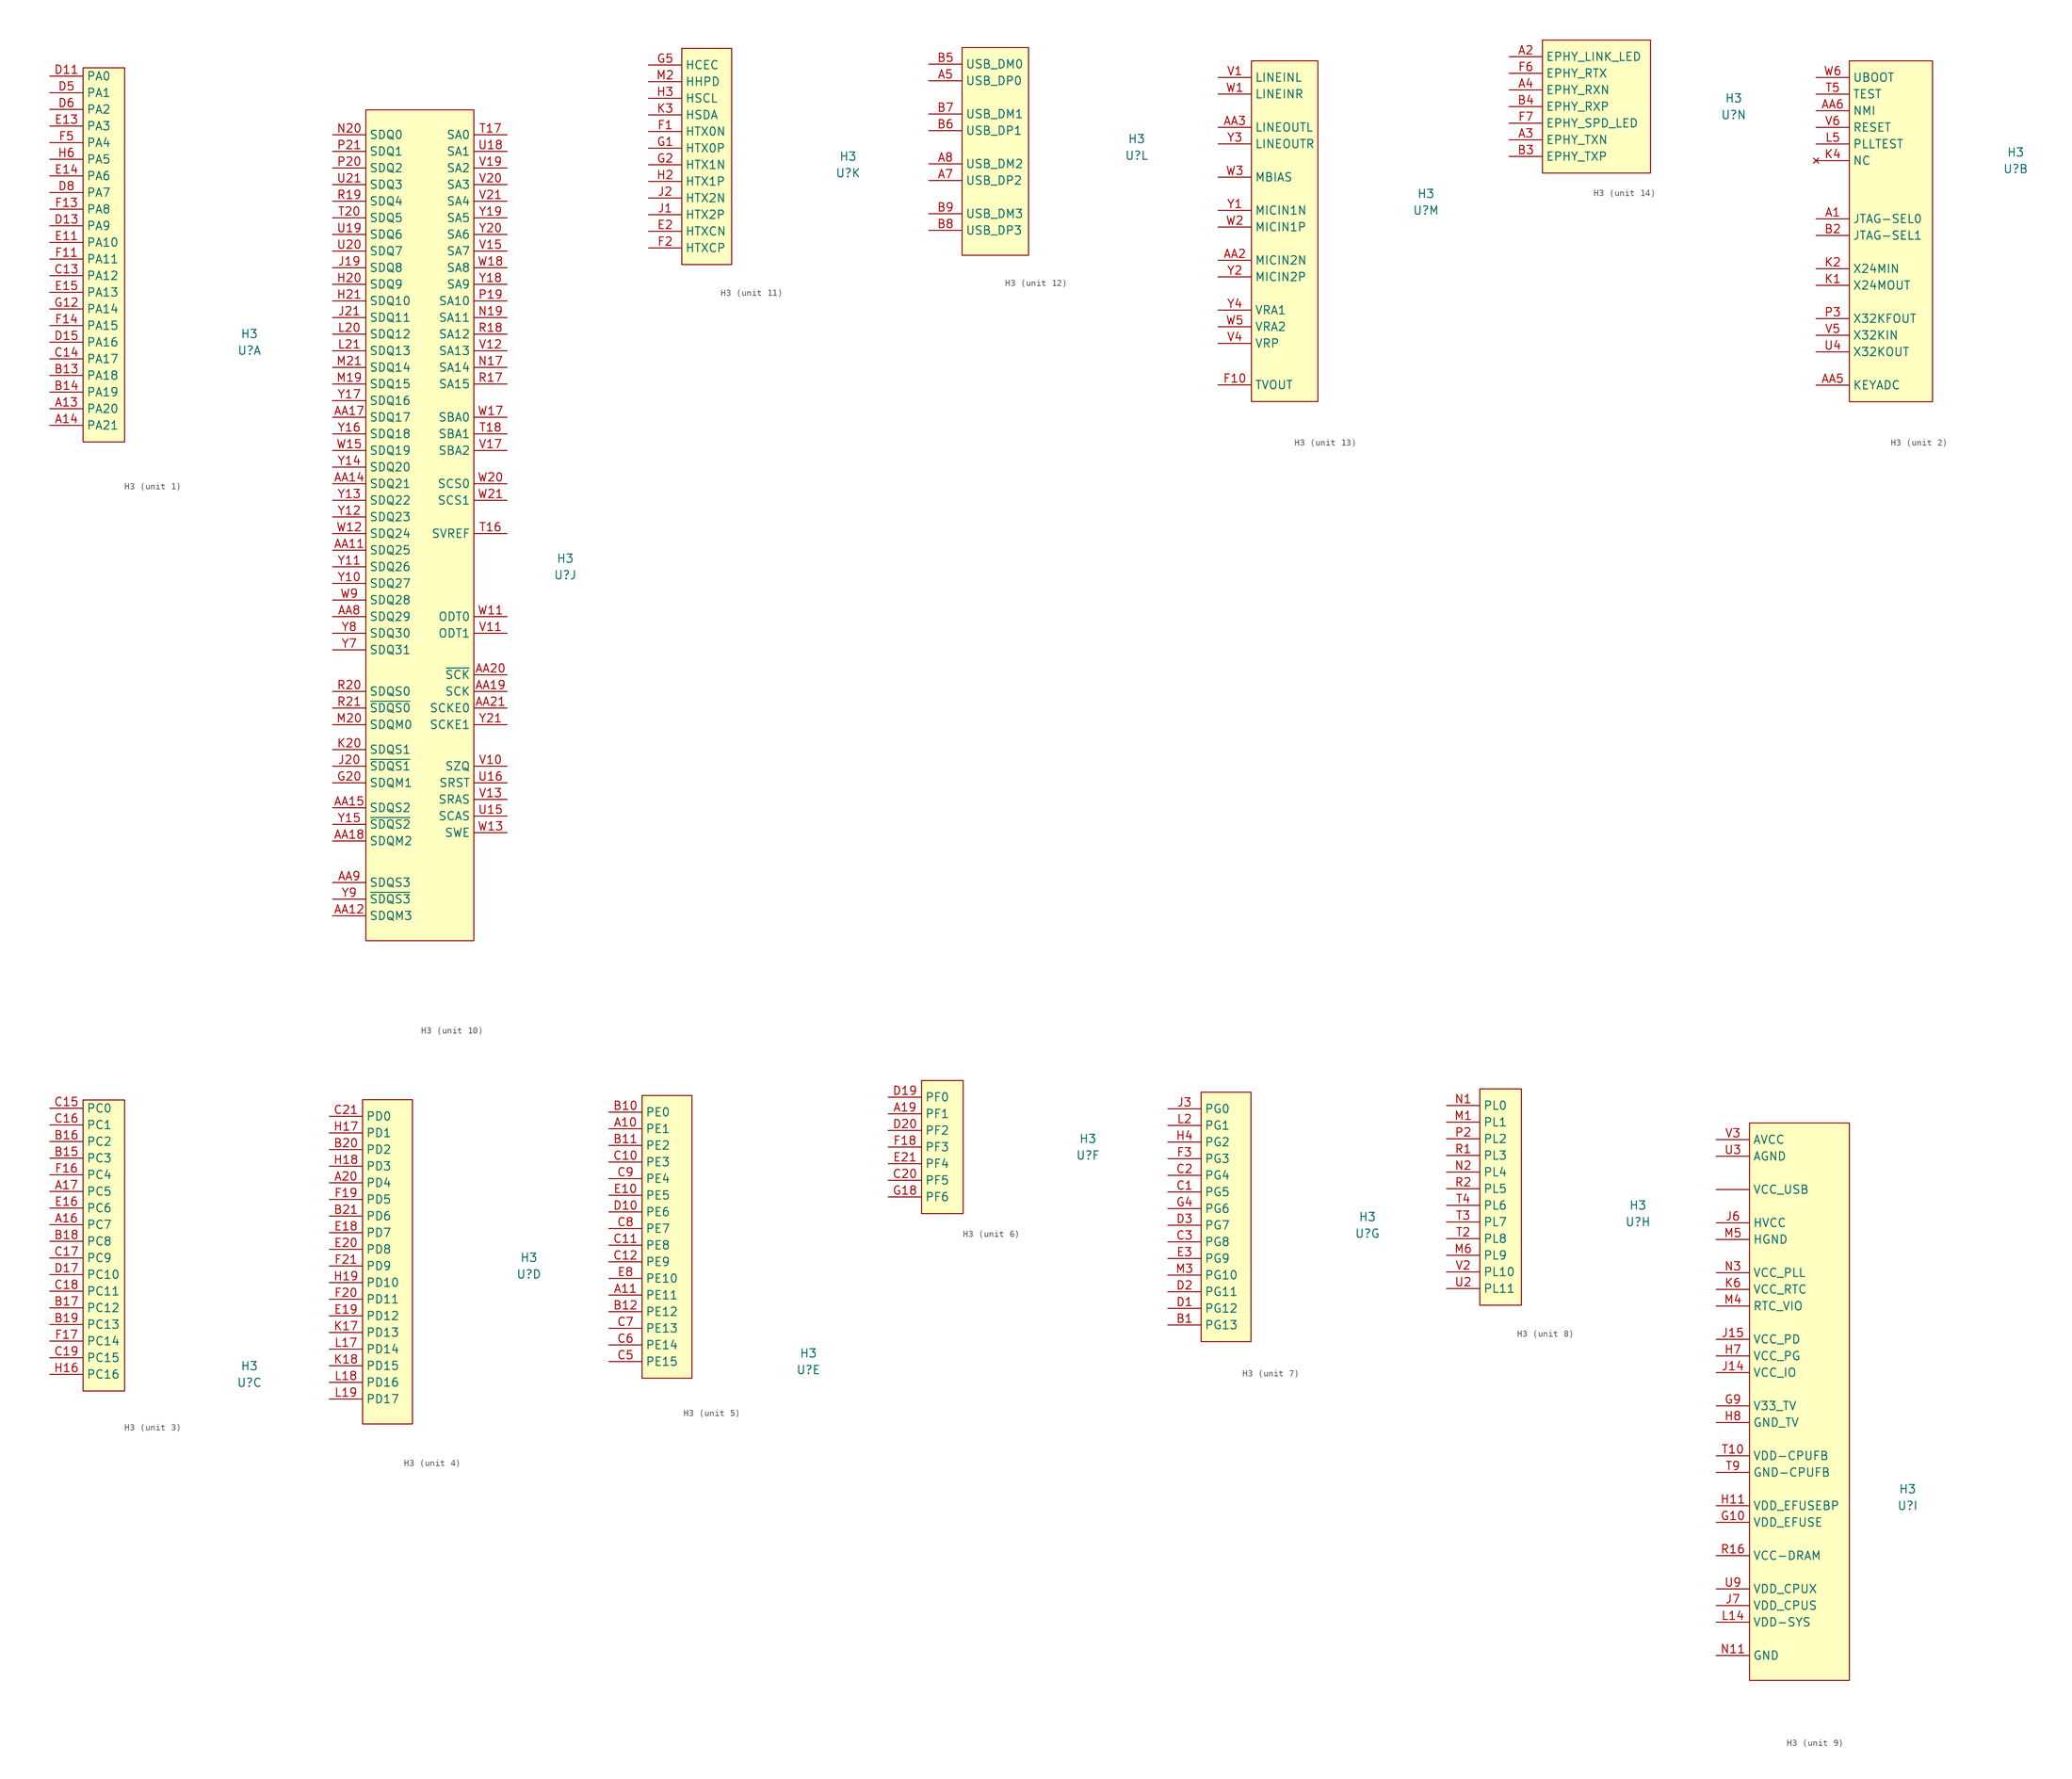
<source format=kicad_sym>
(kicad_symbol_lib
  (version 20211014)
  (generator kicad_symbol_editor)
  (symbol "H3"
    (property "Reference" "U"
      (at 21.59 -1.27 0)
      (effects (font (size 1.27 1.27))))
    (property "Value" "H3"
      (at 21.59 1.27 0)
      (effects (font (size 1.27 1.27))))
    (property "ki_locked" ""
      (at 0 0 0)
      (effects (font (size 1.27 1.27))))
    (symbol "H3_1_0"
      (pin passive line (at -8.89 -10.16 0) (length 5.08) (name "PA20" (effects (font (size 1.27 1.27)))) (number "A13" (effects (font (size 1.27 1.27)))))
      (pin passive line (at -8.89 -12.7 0) (length 5.08) (name "PA21" (effects (font (size 1.27 1.27)))) (number "A14" (effects (font (size 1.27 1.27)))))
      (pin passive line (at -8.89 -5.08 0) (length 5.08) (name "PA18" (effects (font (size 1.27 1.27)))) (number "B13" (effects (font (size 1.27 1.27)))))
      (pin passive line (at -8.89 -7.62 0) (length 5.08) (name "PA19" (effects (font (size 1.27 1.27)))) (number "B14" (effects (font (size 1.27 1.27)))))
      (pin passive line (at -8.89 10.16 0) (length 5.08) (name "PA12" (effects (font (size 1.27 1.27)))) (number "C13" (effects (font (size 1.27 1.27)))))
      (pin passive line (at -8.89 -2.54 0) (length 5.08) (name "PA17" (effects (font (size 1.27 1.27)))) (number "C14" (effects (font (size 1.27 1.27)))))
      (pin passive line (at -8.89 40.64 0) (length 5.08) (name "PA0" (effects (font (size 1.27 1.27)))) (number "D11" (effects (font (size 1.27 1.27)))))
      (pin passive line (at -8.89 17.78 0) (length 5.08) (name "PA9" (effects (font (size 1.27 1.27)))) (number "D13" (effects (font (size 1.27 1.27)))))
      (pin passive line (at -8.89 0 0) (length 5.08) (name "PA16" (effects (font (size 1.27 1.27)))) (number "D15" (effects (font (size 1.27 1.27)))))
      (pin passive line (at -8.89 38.1 0) (length 5.08) (name "PA1" (effects (font (size 1.27 1.27)))) (number "D5" (effects (font (size 1.27 1.27)))))
      (pin passive line (at -8.89 35.56 0) (length 5.08) (name "PA2" (effects (font (size 1.27 1.27)))) (number "D6" (effects (font (size 1.27 1.27)))))
      (pin passive line (at -8.89 22.86 0) (length 5.08) (name "PA7" (effects (font (size 1.27 1.27)))) (number "D8" (effects (font (size 1.27 1.27)))))
      (pin passive line (at -8.89 15.24 0) (length 5.08) (name "PA10" (effects (font (size 1.27 1.27)))) (number "E11" (effects (font (size 1.27 1.27)))))
      (pin passive line (at -8.89 33.02 0) (length 5.08) (name "PA3" (effects (font (size 1.27 1.27)))) (number "E13" (effects (font (size 1.27 1.27)))))
      (pin passive line (at -8.89 25.4 0) (length 5.08) (name "PA6" (effects (font (size 1.27 1.27)))) (number "E14" (effects (font (size 1.27 1.27)))))
      (pin passive line (at -8.89 7.62 0) (length 5.08) (name "PA13" (effects (font (size 1.27 1.27)))) (number "E15" (effects (font (size 1.27 1.27)))))
      (pin passive line (at -8.89 12.7 0) (length 5.08) (name "PA11" (effects (font (size 1.27 1.27)))) (number "F11" (effects (font (size 1.27 1.27)))))
      (pin passive line (at -8.89 20.32 0) (length 5.08) (name "PA8" (effects (font (size 1.27 1.27)))) (number "F13" (effects (font (size 1.27 1.27)))))
      (pin passive line (at -8.89 2.54 0) (length 5.08) (name "PA15" (effects (font (size 1.27 1.27)))) (number "F14" (effects (font (size 1.27 1.27)))))
      (pin passive line (at -8.89 30.48 0) (length 5.08) (name "PA4" (effects (font (size 1.27 1.27)))) (number "F5" (effects (font (size 1.27 1.27)))))
      (pin passive line (at -8.89 5.08 0) (length 5.08) (name "PA14" (effects (font (size 1.27 1.27)))) (number "G12" (effects (font (size 1.27 1.27)))))
      (pin passive line (at -8.89 27.94 0) (length 5.08) (name "PA5" (effects (font (size 1.27 1.27)))) (number "H6" (effects (font (size 1.27 1.27))))))
    (symbol "H3_1_1"
      (rectangle (start -3.81 41.91) (end 2.54 -15.24) (stroke (width 0.152) (type default) (color 0 0 0 0)) (fill (type background))))
    (symbol "H3_2_0"
      (pin passive line (at -8.89 -8.89 0) (length 5.08) (name "JTAG-SEL0" (effects (font (size 1.27 1.27)))) (number "A1" (effects (font (size 1.27 1.27)))))
      (pin passive line (at -8.89 -34.29 0) (length 5.08) (name "KEYADC" (effects (font (size 1.27 1.27)))) (number "AA5" (effects (font (size 1.27 1.27)))))
      (pin passive line (at -8.89 7.62 0) (length 5.08) (name "NMI" (effects (font (size 1.27 1.27)))) (number "AA6" (effects (font (size 1.27 1.27)))))
      (pin passive line (at -8.89 -11.43 0) (length 5.08) (name "JTAG-SEL1" (effects (font (size 1.27 1.27)))) (number "B2" (effects (font (size 1.27 1.27)))))
      (pin passive line (at -8.89 -19.05 0) (length 5.08) (name "X24MOUT" (effects (font (size 1.27 1.27)))) (number "K1" (effects (font (size 1.27 1.27)))))
      (pin passive line (at -8.89 -16.51 0) (length 5.08) (name "X24MIN" (effects (font (size 1.27 1.27)))) (number "K2" (effects (font (size 1.27 1.27)))))
      (pin no_connect line (at -8.89 0 0) (length 5.08) (name "NC" (effects (font (size 1.27 1.27)))) (number "K4" (effects (font (size 1.27 1.27)))))
      (pin passive line (at -8.89 2.54 0) (length 5.08) (name "PLLTEST" (effects (font (size 1.27 1.27)))) (number "L5" (effects (font (size 1.27 1.27)))))
      (pin passive line (at -8.89 -24.13 0) (length 5.08) (name "X32KFOUT" (effects (font (size 1.27 1.27)))) (number "P3" (effects (font (size 1.27 1.27)))))
      (pin passive line (at -8.89 10.16 0) (length 5.08) (name "TEST" (effects (font (size 1.27 1.27)))) (number "T5" (effects (font (size 1.27 1.27)))))
      (pin passive line (at -8.89 -29.21 0) (length 5.08) (name "X32KOUT" (effects (font (size 1.27 1.27)))) (number "U4" (effects (font (size 1.27 1.27)))))
      (pin passive line (at -8.89 -26.67 0) (length 5.08) (name "X32KIN" (effects (font (size 1.27 1.27)))) (number "V5" (effects (font (size 1.27 1.27)))))
      (pin passive line (at -8.89 5.08 0) (length 5.08) (name "RESET" (effects (font (size 1.27 1.27)))) (number "V6" (effects (font (size 1.27 1.27)))))
      (pin passive line (at -8.89 12.7 0) (length 5.08) (name "UBOOT" (effects (font (size 1.27 1.27)))) (number "W6" (effects (font (size 1.27 1.27))))))
    (symbol "H3_2_1"
      (rectangle (start -3.81 15.24) (end 8.89 -36.83) (stroke (width 0.152) (type default) (color 0 0 0 0)) (fill (type background))))
    (symbol "H3_3_0"
      (pin passive line (at -8.89 22.86 0) (length 5.08) (name "PC7" (effects (font (size 1.27 1.27)))) (number "A16" (effects (font (size 1.27 1.27)))))
      (pin passive line (at -8.89 27.94 0) (length 5.08) (name "PC5" (effects (font (size 1.27 1.27)))) (number "A17" (effects (font (size 1.27 1.27)))))
      (pin passive line (at -8.89 33.02 0) (length 5.08) (name "PC3" (effects (font (size 1.27 1.27)))) (number "B15" (effects (font (size 1.27 1.27)))))
      (pin passive line (at -8.89 35.56 0) (length 5.08) (name "PC2" (effects (font (size 1.27 1.27)))) (number "B16" (effects (font (size 1.27 1.27)))))
      (pin passive line (at -8.89 10.16 0) (length 5.08) (name "PC12" (effects (font (size 1.27 1.27)))) (number "B17" (effects (font (size 1.27 1.27)))))
      (pin passive line (at -8.89 20.32 0) (length 5.08) (name "PC8" (effects (font (size 1.27 1.27)))) (number "B18" (effects (font (size 1.27 1.27)))))
      (pin passive line (at -8.89 7.62 0) (length 5.08) (name "PC13" (effects (font (size 1.27 1.27)))) (number "B19" (effects (font (size 1.27 1.27)))))
      (pin passive line (at -8.89 40.64 0) (length 5.08) (name "PC0" (effects (font (size 1.27 1.27)))) (number "C15" (effects (font (size 1.27 1.27)))))
      (pin passive line (at -8.89 38.1 0) (length 5.08) (name "PC1" (effects (font (size 1.27 1.27)))) (number "C16" (effects (font (size 1.27 1.27)))))
      (pin passive line (at -8.89 17.78 0) (length 5.08) (name "PC9" (effects (font (size 1.27 1.27)))) (number "C17" (effects (font (size 1.27 1.27)))))
      (pin passive line (at -8.89 12.7 0) (length 5.08) (name "PC11" (effects (font (size 1.27 1.27)))) (number "C18" (effects (font (size 1.27 1.27)))))
      (pin passive line (at -8.89 2.54 0) (length 5.08) (name "PC15" (effects (font (size 1.27 1.27)))) (number "C19" (effects (font (size 1.27 1.27)))))
      (pin passive line (at -8.89 15.24 0) (length 5.08) (name "PC10" (effects (font (size 1.27 1.27)))) (number "D17" (effects (font (size 1.27 1.27)))))
      (pin passive line (at -8.89 25.4 0) (length 5.08) (name "PC6" (effects (font (size 1.27 1.27)))) (number "E16" (effects (font (size 1.27 1.27)))))
      (pin passive line (at -8.89 30.48 0) (length 5.08) (name "PC4" (effects (font (size 1.27 1.27)))) (number "F16" (effects (font (size 1.27 1.27)))))
      (pin passive line (at -8.89 5.08 0) (length 5.08) (name "PC14" (effects (font (size 1.27 1.27)))) (number "F17" (effects (font (size 1.27 1.27)))))
      (pin passive line (at -8.89 0 0) (length 5.08) (name "PC16" (effects (font (size 1.27 1.27)))) (number "H16" (effects (font (size 1.27 1.27))))))
    (symbol "H3_3_1"
      (rectangle (start -3.81 41.91) (end 2.54 -2.54) (stroke (width 0.152) (type default) (color 0 0 0 0)) (fill (type background))))
    (symbol "H3_4_0"
      (pin passive line (at -8.89 12.7 0) (length 5.08) (name "PD4" (effects (font (size 1.27 1.27)))) (number "A20" (effects (font (size 1.27 1.27)))))
      (pin passive line (at -8.89 17.78 0) (length 5.08) (name "PD2" (effects (font (size 1.27 1.27)))) (number "B20" (effects (font (size 1.27 1.27)))))
      (pin passive line (at -8.89 7.62 0) (length 5.08) (name "PD6" (effects (font (size 1.27 1.27)))) (number "B21" (effects (font (size 1.27 1.27)))))
      (pin passive line (at -8.89 22.86 0) (length 5.08) (name "PD0" (effects (font (size 1.27 1.27)))) (number "C21" (effects (font (size 1.27 1.27)))))
      (pin passive line (at -8.89 5.08 0) (length 5.08) (name "PD7" (effects (font (size 1.27 1.27)))) (number "E18" (effects (font (size 1.27 1.27)))))
      (pin passive line (at -8.89 -7.62 0) (length 5.08) (name "PD12" (effects (font (size 1.27 1.27)))) (number "E19" (effects (font (size 1.27 1.27)))))
      (pin passive line (at -8.89 2.54 0) (length 5.08) (name "PD8" (effects (font (size 1.27 1.27)))) (number "E20" (effects (font (size 1.27 1.27)))))
      (pin passive line (at -8.89 10.16 0) (length 5.08) (name "PD5" (effects (font (size 1.27 1.27)))) (number "F19" (effects (font (size 1.27 1.27)))))
      (pin passive line (at -8.89 -5.08 0) (length 5.08) (name "PD11" (effects (font (size 1.27 1.27)))) (number "F20" (effects (font (size 1.27 1.27)))))
      (pin passive line (at -8.89 0 0) (length 5.08) (name "PD9" (effects (font (size 1.27 1.27)))) (number "F21" (effects (font (size 1.27 1.27)))))
      (pin passive line (at -8.89 20.32 0) (length 5.08) (name "PD1" (effects (font (size 1.27 1.27)))) (number "H17" (effects (font (size 1.27 1.27)))))
      (pin passive line (at -8.89 15.24 0) (length 5.08) (name "PD3" (effects (font (size 1.27 1.27)))) (number "H18" (effects (font (size 1.27 1.27)))))
      (pin passive line (at -8.89 -2.54 0) (length 5.08) (name "PD10" (effects (font (size 1.27 1.27)))) (number "H19" (effects (font (size 1.27 1.27)))))
      (pin passive line (at -8.89 -10.16 0) (length 5.08) (name "PD13" (effects (font (size 1.27 1.27)))) (number "K17" (effects (font (size 1.27 1.27)))))
      (pin passive line (at -8.89 -15.24 0) (length 5.08) (name "PD15" (effects (font (size 1.27 1.27)))) (number "K18" (effects (font (size 1.27 1.27)))))
      (pin passive line (at -8.89 -12.7 0) (length 5.08) (name "PD14" (effects (font (size 1.27 1.27)))) (number "L17" (effects (font (size 1.27 1.27)))))
      (pin passive line (at -8.89 -17.78 0) (length 5.08) (name "PD16" (effects (font (size 1.27 1.27)))) (number "L18" (effects (font (size 1.27 1.27)))))
      (pin passive line (at -8.89 -20.32 0) (length 5.08) (name "PD17" (effects (font (size 1.27 1.27)))) (number "L19" (effects (font (size 1.27 1.27))))))
    (symbol "H3_4_1"
      (rectangle (start -3.81 25.4) (end 3.81 -24.13) (stroke (width 0.152) (type default) (color 0 0 0 0)) (fill (type background))))
    (symbol "H3_5_0"
      (pin passive line (at -8.89 35.56 0) (length 5.08) (name "PE1" (effects (font (size 1.27 1.27)))) (number "A10" (effects (font (size 1.27 1.27)))))
      (pin passive line (at -8.89 10.16 0) (length 5.08) (name "PE11" (effects (font (size 1.27 1.27)))) (number "A11" (effects (font (size 1.27 1.27)))))
      (pin passive line (at -8.89 38.1 0) (length 5.08) (name "PE0" (effects (font (size 1.27 1.27)))) (number "B10" (effects (font (size 1.27 1.27)))))
      (pin passive line (at -8.89 33.02 0) (length 5.08) (name "PE2" (effects (font (size 1.27 1.27)))) (number "B11" (effects (font (size 1.27 1.27)))))
      (pin passive line (at -8.89 7.62 0) (length 5.08) (name "PE12" (effects (font (size 1.27 1.27)))) (number "B12" (effects (font (size 1.27 1.27)))))
      (pin passive line (at -8.89 30.48 0) (length 5.08) (name "PE3" (effects (font (size 1.27 1.27)))) (number "C10" (effects (font (size 1.27 1.27)))))
      (pin passive line (at -8.89 17.78 0) (length 5.08) (name "PE8" (effects (font (size 1.27 1.27)))) (number "C11" (effects (font (size 1.27 1.27)))))
      (pin passive line (at -8.89 15.24 0) (length 5.08) (name "PE9" (effects (font (size 1.27 1.27)))) (number "C12" (effects (font (size 1.27 1.27)))))
      (pin passive line (at -8.89 0 0) (length 5.08) (name "PE15" (effects (font (size 1.27 1.27)))) (number "C5" (effects (font (size 1.27 1.27)))))
      (pin passive line (at -8.89 2.54 0) (length 5.08) (name "PE14" (effects (font (size 1.27 1.27)))) (number "C6" (effects (font (size 1.27 1.27)))))
      (pin passive line (at -8.89 5.08 0) (length 5.08) (name "PE13" (effects (font (size 1.27 1.27)))) (number "C7" (effects (font (size 1.27 1.27)))))
      (pin passive line (at -8.89 20.32 0) (length 5.08) (name "PE7" (effects (font (size 1.27 1.27)))) (number "C8" (effects (font (size 1.27 1.27)))))
      (pin passive line (at -8.89 27.94 0) (length 5.08) (name "PE4" (effects (font (size 1.27 1.27)))) (number "C9" (effects (font (size 1.27 1.27)))))
      (pin passive line (at -8.89 22.86 0) (length 5.08) (name "PE6" (effects (font (size 1.27 1.27)))) (number "D10" (effects (font (size 1.27 1.27)))))
      (pin passive line (at -8.89 25.4 0) (length 5.08) (name "PE5" (effects (font (size 1.27 1.27)))) (number "E10" (effects (font (size 1.27 1.27)))))
      (pin passive line (at -8.89 12.7 0) (length 5.08) (name "PE10" (effects (font (size 1.27 1.27)))) (number "E8" (effects (font (size 1.27 1.27))))))
    (symbol "H3_5_1"
      (rectangle (start -3.81 40.64) (end 3.81 -2.54) (stroke (width 0.152) (type default) (color 0 0 0 0)) (fill (type background))))
    (symbol "H3_6_0"
      (pin passive line (at -8.89 5.08 0) (length 5.08) (name "PF1" (effects (font (size 1.27 1.27)))) (number "A19" (effects (font (size 1.27 1.27)))))
      (pin passive line (at -8.89 -5.08 0) (length 5.08) (name "PF5" (effects (font (size 1.27 1.27)))) (number "C20" (effects (font (size 1.27 1.27)))))
      (pin passive line (at -8.89 7.62 0) (length 5.08) (name "PF0" (effects (font (size 1.27 1.27)))) (number "D19" (effects (font (size 1.27 1.27)))))
      (pin passive line (at -8.89 2.54 0) (length 5.08) (name "PF2" (effects (font (size 1.27 1.27)))) (number "D20" (effects (font (size 1.27 1.27)))))
      (pin passive line (at -8.89 -2.54 0) (length 5.08) (name "PF4" (effects (font (size 1.27 1.27)))) (number "E21" (effects (font (size 1.27 1.27)))))
      (pin passive line (at -8.89 0 0) (length 5.08) (name "PF3" (effects (font (size 1.27 1.27)))) (number "F18" (effects (font (size 1.27 1.27)))))
      (pin passive line (at -8.89 -7.62 0) (length 5.08) (name "PF6" (effects (font (size 1.27 1.27)))) (number "G18" (effects (font (size 1.27 1.27))))))
    (symbol "H3_6_1"
      (rectangle (start -3.81 10.16) (end 2.54 -10.16) (stroke (width 0.152) (type default) (color 0 0 0 0)) (fill (type background))))
    (symbol "H3_7_0"
      (pin passive line (at -8.89 -15.24 0) (length 5.08) (name "PG13" (effects (font (size 1.27 1.27)))) (number "B1" (effects (font (size 1.27 1.27)))))
      (pin passive line (at -8.89 5.08 0) (length 5.08) (name "PG5" (effects (font (size 1.27 1.27)))) (number "C1" (effects (font (size 1.27 1.27)))))
      (pin passive line (at -8.89 7.62 0) (length 5.08) (name "PG4" (effects (font (size 1.27 1.27)))) (number "C2" (effects (font (size 1.27 1.27)))))
      (pin passive line (at -8.89 -2.54 0) (length 5.08) (name "PG8" (effects (font (size 1.27 1.27)))) (number "C3" (effects (font (size 1.27 1.27)))))
      (pin passive line (at -8.89 -12.7 0) (length 5.08) (name "PG12" (effects (font (size 1.27 1.27)))) (number "D1" (effects (font (size 1.27 1.27)))))
      (pin passive line (at -8.89 -10.16 0) (length 5.08) (name "PG11" (effects (font (size 1.27 1.27)))) (number "D2" (effects (font (size 1.27 1.27)))))
      (pin passive line (at -8.89 0 0) (length 5.08) (name "PG7" (effects (font (size 1.27 1.27)))) (number "D3" (effects (font (size 1.27 1.27)))))
      (pin passive line (at -8.89 -5.08 0) (length 5.08) (name "PG9" (effects (font (size 1.27 1.27)))) (number "E3" (effects (font (size 1.27 1.27)))))
      (pin passive line (at -8.89 10.16 0) (length 5.08) (name "PG3" (effects (font (size 1.27 1.27)))) (number "F3" (effects (font (size 1.27 1.27)))))
      (pin passive line (at -8.89 2.54 0) (length 5.08) (name "PG6" (effects (font (size 1.27 1.27)))) (number "G4" (effects (font (size 1.27 1.27)))))
      (pin passive line (at -8.89 12.7 0) (length 5.08) (name "PG2" (effects (font (size 1.27 1.27)))) (number "H4" (effects (font (size 1.27 1.27)))))
      (pin passive line (at -8.89 17.78 0) (length 5.08) (name "PG0" (effects (font (size 1.27 1.27)))) (number "J3" (effects (font (size 1.27 1.27)))))
      (pin passive line (at -8.89 15.24 0) (length 5.08) (name "PG1" (effects (font (size 1.27 1.27)))) (number "L2" (effects (font (size 1.27 1.27)))))
      (pin passive line (at -8.89 -7.62 0) (length 5.08) (name "PG10" (effects (font (size 1.27 1.27)))) (number "M3" (effects (font (size 1.27 1.27))))))
    (symbol "H3_7_1"
      (rectangle (start -3.81 20.32) (end 3.81 -17.78) (stroke (width 0.152) (type default) (color 0 0 0 0)) (fill (type background))))
    (symbol "H3_8_0"
      (pin passive line (at -7.62 13.97 0) (length 5.08) (name "PL1" (effects (font (size 1.27 1.27)))) (number "M1" (effects (font (size 1.27 1.27)))))
      (pin passive line (at -7.62 -6.35 0) (length 5.08) (name "PL9" (effects (font (size 1.27 1.27)))) (number "M6" (effects (font (size 1.27 1.27)))))
      (pin passive line (at -7.62 16.51 0) (length 5.08) (name "PL0" (effects (font (size 1.27 1.27)))) (number "N1" (effects (font (size 1.27 1.27)))))
      (pin passive line (at -7.62 6.35 0) (length 5.08) (name "PL4" (effects (font (size 1.27 1.27)))) (number "N2" (effects (font (size 1.27 1.27)))))
      (pin passive line (at -7.62 11.43 0) (length 5.08) (name "PL2" (effects (font (size 1.27 1.27)))) (number "P2" (effects (font (size 1.27 1.27)))))
      (pin passive line (at -7.62 8.89 0) (length 5.08) (name "PL3" (effects (font (size 1.27 1.27)))) (number "R1" (effects (font (size 1.27 1.27)))))
      (pin passive line (at -7.62 3.81 0) (length 5.08) (name "PL5" (effects (font (size 1.27 1.27)))) (number "R2" (effects (font (size 1.27 1.27)))))
      (pin passive line (at -7.62 -3.81 0) (length 5.08) (name "PL8" (effects (font (size 1.27 1.27)))) (number "T2" (effects (font (size 1.27 1.27)))))
      (pin passive line (at -7.62 -1.27 0) (length 5.08) (name "PL7" (effects (font (size 1.27 1.27)))) (number "T3" (effects (font (size 1.27 1.27)))))
      (pin passive line (at -7.62 1.27 0) (length 5.08) (name "PL6" (effects (font (size 1.27 1.27)))) (number "T4" (effects (font (size 1.27 1.27)))))
      (pin passive line (at -7.62 -11.43 0) (length 5.08) (name "PL11" (effects (font (size 1.27 1.27)))) (number "U2" (effects (font (size 1.27 1.27)))))
      (pin passive line (at -7.62 -8.89 0) (length 5.08) (name "PL10" (effects (font (size 1.27 1.27)))) (number "V2" (effects (font (size 1.27 1.27))))))
    (symbol "H3_8_1"
      (rectangle (start -2.54 19.05) (end 3.81 -13.97) (stroke (width 0.152) (type default) (color 0 0 0 0)) (fill (type background))))
    (symbol "H3_9_0"
      (pin passive line (at -7.62 46.99 0) (length 5.08) (name "VCC_USB" (effects (font (size 1.27 1.27)))) (number "" (effects (font (size 1.27 1.27)))))
      (pin passive line (at -7.62 -24.13 0) (length 5.08) hide (name "GND" (effects (font (size 1.27 1.27)))) (number "A21" (effects (font (size 1.27 1.27)))))
      (pin passive line (at -7.62 -24.13 0) (length 5.08) hide (name "GND" (effects (font (size 1.27 1.27)))) (number "AA1" (effects (font (size 1.27 1.27)))))
      (pin passive line (at -7.62 -3.81 0) (length 5.08) (name "VDD_EFUSE" (effects (font (size 1.27 1.27)))) (number "G10" (effects (font (size 1.27 1.27)))))
      (pin passive line (at -7.62 19.05 0) (length 5.08) hide (name "VCC_IO" (effects (font (size 1.27 1.27)))) (number "G13" (effects (font (size 1.27 1.27)))))
      (pin passive line (at -7.62 19.05 0) (length 5.08) hide (name "VCC_IO" (effects (font (size 1.27 1.27)))) (number "G14" (effects (font (size 1.27 1.27)))))
      (pin passive line (at -7.62 19.05 0) (length 5.08) hide (name "VCC_IO" (effects (font (size 1.27 1.27)))) (number "G15" (effects (font (size 1.27 1.27)))))
      (pin passive line (at -7.62 -24.13 0) (length 5.08) hide (name "GND" (effects (font (size 1.27 1.27)))) (number "G8" (effects (font (size 1.27 1.27)))))
      (pin passive line (at -7.62 13.97 0) (length 5.08) (name "V33_TV" (effects (font (size 1.27 1.27)))) (number "G9" (effects (font (size 1.27 1.27)))))
      (pin passive line (at -7.62 -19.05 0) (length 5.08) hide (name "VDD-SYS" (effects (font (size 1.27 1.27)))) (number "H10" (effects (font (size 1.27 1.27)))))
      (pin passive line (at -7.62 -1.27 0) (length 5.08) (name "VDD_EFUSEBP" (effects (font (size 1.27 1.27)))) (number "H11" (effects (font (size 1.27 1.27)))))
      (pin passive line (at -7.62 -24.13 0) (length 5.08) hide (name "GND" (effects (font (size 1.27 1.27)))) (number "H12" (effects (font (size 1.27 1.27)))))
      (pin passive line (at -7.62 19.05 0) (length 5.08) hide (name "VCC_IO" (effects (font (size 1.27 1.27)))) (number "H13" (effects (font (size 1.27 1.27)))))
      (pin passive line (at -7.62 19.05 0) (length 5.08) hide (name "VCC_IO" (effects (font (size 1.27 1.27)))) (number "H14" (effects (font (size 1.27 1.27)))))
      (pin passive line (at -7.62 -24.13 0) (length 5.08) hide (name "GND" (effects (font (size 1.27 1.27)))) (number "H15" (effects (font (size 1.27 1.27)))))
      (pin passive line (at -7.62 21.59 0) (length 5.08) (name "VCC_PG" (effects (font (size 1.27 1.27)))) (number "H7" (effects (font (size 1.27 1.27)))))
      (pin passive line (at -7.62 11.43 0) (length 5.08) (name "GND_TV" (effects (font (size 1.27 1.27)))) (number "H8" (effects (font (size 1.27 1.27)))))
      (pin passive line (at -7.62 -19.05 0) (length 5.08) hide (name "VDD-SYS" (effects (font (size 1.27 1.27)))) (number "J10" (effects (font (size 1.27 1.27)))))
      (pin passive line (at -7.62 -19.05 0) (length 5.08) hide (name "VDD-SYS" (effects (font (size 1.27 1.27)))) (number "J11" (effects (font (size 1.27 1.27)))))
      (pin passive line (at -7.62 -19.05 0) (length 5.08) hide (name "VDD-SYS" (effects (font (size 1.27 1.27)))) (number "J12" (effects (font (size 1.27 1.27)))))
      (pin passive line (at -7.62 -24.13 0) (length 5.08) hide (name "GND" (effects (font (size 1.27 1.27)))) (number "J13" (effects (font (size 1.27 1.27)))))
      (pin passive line (at -7.62 19.05 0) (length 5.08) (name "VCC_IO" (effects (font (size 1.27 1.27)))) (number "J14" (effects (font (size 1.27 1.27)))))
      (pin passive line (at -7.62 24.13 0) (length 5.08) (name "VCC_PD" (effects (font (size 1.27 1.27)))) (number "J15" (effects (font (size 1.27 1.27)))))
      (pin passive line (at -7.62 -24.13 0) (length 5.08) hide (name "GND" (effects (font (size 1.27 1.27)))) (number "J16" (effects (font (size 1.27 1.27)))))
      (pin passive line (at -7.62 41.91 0) (length 5.08) (name "HVCC" (effects (font (size 1.27 1.27)))) (number "J6" (effects (font (size 1.27 1.27)))))
      (pin passive line (at -7.62 -16.51 0) (length 5.08) (name "VDD_CPUS" (effects (font (size 1.27 1.27)))) (number "J7" (effects (font (size 1.27 1.27)))))
      (pin passive line (at -7.62 -16.51 0) (length 5.08) hide (name "VDD_CPUS" (effects (font (size 1.27 1.27)))) (number "J8" (effects (font (size 1.27 1.27)))))
      (pin passive line (at -7.62 -24.13 0) (length 5.08) hide (name "GND" (effects (font (size 1.27 1.27)))) (number "J9" (effects (font (size 1.27 1.27)))))
      (pin passive line (at -7.62 -19.05 0) (length 5.08) hide (name "VDD-SYS" (effects (font (size 1.27 1.27)))) (number "K10" (effects (font (size 1.27 1.27)))))
      (pin passive line (at -7.62 -19.05 0) (length 5.08) hide (name "VDD-SYS" (effects (font (size 1.27 1.27)))) (number "K11" (effects (font (size 1.27 1.27)))))
      (pin passive line (at -7.62 -19.05 0) (length 5.08) hide (name "VDD-SYS" (effects (font (size 1.27 1.27)))) (number "K12" (effects (font (size 1.27 1.27)))))
      (pin passive line (at -7.62 -24.13 0) (length 5.08) hide (name "GND" (effects (font (size 1.27 1.27)))) (number "K13" (effects (font (size 1.27 1.27)))))
      (pin passive line (at -7.62 -24.13 0) (length 5.08) hide (name "GND" (effects (font (size 1.27 1.27)))) (number "K14" (effects (font (size 1.27 1.27)))))
      (pin passive line (at -7.62 -24.13 0) (length 5.08) hide (name "GND" (effects (font (size 1.27 1.27)))) (number "K15" (effects (font (size 1.27 1.27)))))
      (pin passive line (at -7.62 -24.13 0) (length 5.08) hide (name "GND" (effects (font (size 1.27 1.27)))) (number "K16" (effects (font (size 1.27 1.27)))))
      (pin passive line (at -7.62 31.75 0) (length 5.08) (name "VCC_RTC" (effects (font (size 1.27 1.27)))) (number "K6" (effects (font (size 1.27 1.27)))))
      (pin passive line (at -7.62 -24.13 0) (length 5.08) hide (name "GND" (effects (font (size 1.27 1.27)))) (number "K7" (effects (font (size 1.27 1.27)))))
      (pin passive line (at -7.62 -24.13 0) (length 5.08) hide (name "GND" (effects (font (size 1.27 1.27)))) (number "K8" (effects (font (size 1.27 1.27)))))
      (pin passive line (at -7.62 -24.13 0) (length 5.08) hide (name "GND" (effects (font (size 1.27 1.27)))) (number "K9" (effects (font (size 1.27 1.27)))))
      (pin passive line (at -7.62 -19.05 0) (length 5.08) hide (name "VDD-SYS" (effects (font (size 1.27 1.27)))) (number "L10" (effects (font (size 1.27 1.27)))))
      (pin passive line (at -7.62 -19.05 0) (length 5.08) hide (name "VDD-SYS" (effects (font (size 1.27 1.27)))) (number "L11" (effects (font (size 1.27 1.27)))))
      (pin passive line (at -7.62 -19.05 0) (length 5.08) hide (name "VDD-SYS" (effects (font (size 1.27 1.27)))) (number "L12" (effects (font (size 1.27 1.27)))))
      (pin passive line (at -7.62 -19.05 0) (length 5.08) hide (name "VDD-SYS" (effects (font (size 1.27 1.27)))) (number "L13" (effects (font (size 1.27 1.27)))))
      (pin passive line (at -7.62 -19.05 0) (length 5.08) (name "VDD-SYS" (effects (font (size 1.27 1.27)))) (number "L14" (effects (font (size 1.27 1.27)))))
      (pin passive line (at -7.62 -24.13 0) (length 5.08) hide (name "GND" (effects (font (size 1.27 1.27)))) (number "L15" (effects (font (size 1.27 1.27)))))
      (pin passive line (at -7.62 -8.89 0) (length 5.08) hide (name "VCC-DRAM" (effects (font (size 1.27 1.27)))) (number "L16" (effects (font (size 1.27 1.27)))))
      (pin passive line (at -7.62 -24.13 0) (length 5.08) hide (name "GND" (effects (font (size 1.27 1.27)))) (number "L8" (effects (font (size 1.27 1.27)))))
      (pin passive line (at -7.62 -24.13 0) (length 5.08) hide (name "GND" (effects (font (size 1.27 1.27)))) (number "L9" (effects (font (size 1.27 1.27)))))
      (pin passive line (at -7.62 -24.13 0) (length 5.08) hide (name "GND" (effects (font (size 1.27 1.27)))) (number "M10" (effects (font (size 1.27 1.27)))))
      (pin passive line (at -7.62 -24.13 0) (length 5.08) hide (name "GND" (effects (font (size 1.27 1.27)))) (number "M11" (effects (font (size 1.27 1.27)))))
      (pin passive line (at -7.62 -24.13 0) (length 5.08) hide (name "GND" (effects (font (size 1.27 1.27)))) (number "M12" (effects (font (size 1.27 1.27)))))
      (pin passive line (at -7.62 -24.13 0) (length 5.08) hide (name "GND" (effects (font (size 1.27 1.27)))) (number "M13" (effects (font (size 1.27 1.27)))))
      (pin passive line (at -7.62 -24.13 0) (length 5.08) hide (name "GND" (effects (font (size 1.27 1.27)))) (number "M14" (effects (font (size 1.27 1.27)))))
      (pin passive line (at -7.62 -24.13 0) (length 5.08) hide (name "GND" (effects (font (size 1.27 1.27)))) (number "M15" (effects (font (size 1.27 1.27)))))
      (pin passive line (at -7.62 -8.89 0) (length 5.08) hide (name "VCC-DRAM" (effects (font (size 1.27 1.27)))) (number "M16" (effects (font (size 1.27 1.27)))))
      (pin passive line (at -7.62 29.21 0) (length 5.08) (name "RTC_VIO" (effects (font (size 1.27 1.27)))) (number "M4" (effects (font (size 1.27 1.27)))))
      (pin passive line (at -7.62 39.37 0) (length 5.08) (name "HGND" (effects (font (size 1.27 1.27)))) (number "M5" (effects (font (size 1.27 1.27)))))
      (pin passive line (at -7.62 -24.13 0) (length 5.08) hide (name "GND" (effects (font (size 1.27 1.27)))) (number "M7" (effects (font (size 1.27 1.27)))))
      (pin passive line (at -7.62 -24.13 0) (length 5.08) hide (name "GND" (effects (font (size 1.27 1.27)))) (number "M8" (effects (font (size 1.27 1.27)))))
      (pin passive line (at -7.62 -24.13 0) (length 5.08) hide (name "GND" (effects (font (size 1.27 1.27)))) (number "M9" (effects (font (size 1.27 1.27)))))
      (pin passive line (at -7.62 -24.13 0) (length 5.08) hide (name "GND" (effects (font (size 1.27 1.27)))) (number "N10" (effects (font (size 1.27 1.27)))))
      (pin passive line (at -7.62 -24.13 0) (length 5.08) (name "GND" (effects (font (size 1.27 1.27)))) (number "N11" (effects (font (size 1.27 1.27)))))
      (pin passive line (at -7.62 -24.13 0) (length 5.08) hide (name "GND" (effects (font (size 1.27 1.27)))) (number "N12" (effects (font (size 1.27 1.27)))))
      (pin passive line (at -7.62 -24.13 0) (length 5.08) hide (name "GND" (effects (font (size 1.27 1.27)))) (number "N13" (effects (font (size 1.27 1.27)))))
      (pin passive line (at -7.62 -24.13 0) (length 5.08) hide (name "GND" (effects (font (size 1.27 1.27)))) (number "N14" (effects (font (size 1.27 1.27)))))
      (pin passive line (at -7.62 -24.13 0) (length 5.08) hide (name "GND" (effects (font (size 1.27 1.27)))) (number "N15" (effects (font (size 1.27 1.27)))))
      (pin passive line (at -7.62 -8.89 0) (length 5.08) hide (name "VCC-DRAM" (effects (font (size 1.27 1.27)))) (number "N16" (effects (font (size 1.27 1.27)))))
      (pin passive line (at -7.62 34.29 0) (length 5.08) (name "VCC_PLL" (effects (font (size 1.27 1.27)))) (number "N3" (effects (font (size 1.27 1.27)))))
      (pin passive line (at -7.62 -24.13 0) (length 5.08) hide (name "GND" (effects (font (size 1.27 1.27)))) (number "N7" (effects (font (size 1.27 1.27)))))
      (pin passive line (at -7.62 -13.97 0) (length 5.08) hide (name "VDD_CPUX" (effects (font (size 1.27 1.27)))) (number "N8" (effects (font (size 1.27 1.27)))))
      (pin passive line (at -7.62 -24.13 0) (length 5.08) hide (name "GND" (effects (font (size 1.27 1.27)))) (number "N9" (effects (font (size 1.27 1.27)))))
      (pin passive line (at -7.62 -24.13 0) (length 5.08) hide (name "GND" (effects (font (size 1.27 1.27)))) (number "P10" (effects (font (size 1.27 1.27)))))
      (pin passive line (at -7.62 -24.13 0) (length 5.08) hide (name "GND" (effects (font (size 1.27 1.27)))) (number "P11" (effects (font (size 1.27 1.27)))))
      (pin passive line (at -7.62 -24.13 0) (length 5.08) hide (name "GND" (effects (font (size 1.27 1.27)))) (number "P12" (effects (font (size 1.27 1.27)))))
      (pin passive line (at -7.62 -24.13 0) (length 5.08) hide (name "GND" (effects (font (size 1.27 1.27)))) (number "P13" (effects (font (size 1.27 1.27)))))
      (pin passive line (at -7.62 -24.13 0) (length 5.08) hide (name "GND" (effects (font (size 1.27 1.27)))) (number "P14" (effects (font (size 1.27 1.27)))))
      (pin passive line (at -7.62 -24.13 0) (length 5.08) hide (name "GND" (effects (font (size 1.27 1.27)))) (number "P15" (effects (font (size 1.27 1.27)))))
      (pin passive line (at -7.62 -8.89 0) (length 5.08) hide (name "VCC-DRAM" (effects (font (size 1.27 1.27)))) (number "P16" (effects (font (size 1.27 1.27)))))
      (pin passive line (at -7.62 -8.89 0) (length 5.08) hide (name "VCC-DRAM" (effects (font (size 1.27 1.27)))) (number "P17" (effects (font (size 1.27 1.27)))))
      (pin passive line (at -7.62 -13.97 0) (length 5.08) hide (name "VDD_CPUX" (effects (font (size 1.27 1.27)))) (number "P6" (effects (font (size 1.27 1.27)))))
      (pin passive line (at -7.62 -13.97 0) (length 5.08) hide (name "VDD_CPUX" (effects (font (size 1.27 1.27)))) (number "P7" (effects (font (size 1.27 1.27)))))
      (pin passive line (at -7.62 -13.97 0) (length 5.08) hide (name "VDD_CPUX" (effects (font (size 1.27 1.27)))) (number "P8" (effects (font (size 1.27 1.27)))))
      (pin passive line (at -7.62 -13.97 0) (length 5.08) hide (name "VDD_CPUX" (effects (font (size 1.27 1.27)))) (number "P9" (effects (font (size 1.27 1.27)))))
      (pin passive line (at -7.62 -24.13 0) (length 5.08) hide (name "GND" (effects (font (size 1.27 1.27)))) (number "R10" (effects (font (size 1.27 1.27)))))
      (pin passive line (at -7.62 -24.13 0) (length 5.08) hide (name "GND" (effects (font (size 1.27 1.27)))) (number "R11" (effects (font (size 1.27 1.27)))))
      (pin passive line (at -7.62 -24.13 0) (length 5.08) hide (name "GND" (effects (font (size 1.27 1.27)))) (number "R12" (effects (font (size 1.27 1.27)))))
      (pin passive line (at -7.62 -24.13 0) (length 5.08) hide (name "GND" (effects (font (size 1.27 1.27)))) (number "R13" (effects (font (size 1.27 1.27)))))
      (pin passive line (at -7.62 -24.13 0) (length 5.08) hide (name "GND" (effects (font (size 1.27 1.27)))) (number "R14" (effects (font (size 1.27 1.27)))))
      (pin passive line (at -7.62 -8.89 0) (length 5.08) (name "VCC-DRAM" (effects (font (size 1.27 1.27)))) (number "R16" (effects (font (size 1.27 1.27)))))
      (pin passive line (at -7.62 -13.97 0) (length 5.08) hide (name "VDD_CPUX" (effects (font (size 1.27 1.27)))) (number "R6" (effects (font (size 1.27 1.27)))))
      (pin passive line (at -7.62 -13.97 0) (length 5.08) hide (name "VDD_CPUX" (effects (font (size 1.27 1.27)))) (number "R7" (effects (font (size 1.27 1.27)))))
      (pin passive line (at -7.62 -13.97 0) (length 5.08) hide (name "VDD_CPUX" (effects (font (size 1.27 1.27)))) (number "R8" (effects (font (size 1.27 1.27)))))
      (pin passive line (at -7.62 -24.13 0) (length 5.08) hide (name "GND" (effects (font (size 1.27 1.27)))) (number "R9" (effects (font (size 1.27 1.27)))))
      (pin passive line (at -7.62 6.35 0) (length 5.08) (name "VDD-CPUFB" (effects (font (size 1.27 1.27)))) (number "T10" (effects (font (size 1.27 1.27)))))
      (pin passive line (at -7.62 -24.13 0) (length 5.08) hide (name "GND" (effects (font (size 1.27 1.27)))) (number "T11" (effects (font (size 1.27 1.27)))))
      (pin passive line (at -7.62 -8.89 0) (length 5.08) hide (name "VCC-DRAM" (effects (font (size 1.27 1.27)))) (number "T12" (effects (font (size 1.27 1.27)))))
      (pin passive line (at -7.62 -8.89 0) (length 5.08) hide (name "VCC-DRAM" (effects (font (size 1.27 1.27)))) (number "T13" (effects (font (size 1.27 1.27)))))
      (pin passive line (at -7.62 -8.89 0) (length 5.08) hide (name "VCC-DRAM" (effects (font (size 1.27 1.27)))) (number "T14" (effects (font (size 1.27 1.27)))))
      (pin passive line (at -7.62 -8.89 0) (length 5.08) hide (name "VCC-DRAM" (effects (font (size 1.27 1.27)))) (number "T15" (effects (font (size 1.27 1.27)))))
      (pin passive line (at -7.62 -13.97 0) (length 5.08) hide (name "VDD_CPUX" (effects (font (size 1.27 1.27)))) (number "T6" (effects (font (size 1.27 1.27)))))
      (pin passive line (at -7.62 -13.97 0) (length 5.08) hide (name "VDD_CPUX" (effects (font (size 1.27 1.27)))) (number "T7" (effects (font (size 1.27 1.27)))))
      (pin passive line (at -7.62 -13.97 0) (length 5.08) hide (name "VDD_CPUX" (effects (font (size 1.27 1.27)))) (number "T8" (effects (font (size 1.27 1.27)))))
      (pin passive line (at -7.62 3.81 0) (length 5.08) (name "GND-CPUFB" (effects (font (size 1.27 1.27)))) (number "T9" (effects (font (size 1.27 1.27)))))
      (pin passive line (at -7.62 -8.89 0) (length 5.08) hide (name "VCC-DRAM" (effects (font (size 1.27 1.27)))) (number "U11" (effects (font (size 1.27 1.27)))))
      (pin passive line (at -7.62 52.07 0) (length 5.08) (name "AGND" (effects (font (size 1.27 1.27)))) (number "U3" (effects (font (size 1.27 1.27)))))
      (pin passive line (at -7.62 -13.97 0) (length 5.08) hide (name "VDD_CPUX" (effects (font (size 1.27 1.27)))) (number "U6" (effects (font (size 1.27 1.27)))))
      (pin passive line (at -7.62 -13.97 0) (length 5.08) (name "VDD_CPUX" (effects (font (size 1.27 1.27)))) (number "U9" (effects (font (size 1.27 1.27)))))
      (pin passive line (at -7.62 54.61 0) (length 5.08) (name "AVCC" (effects (font (size 1.27 1.27)))) (number "V3" (effects (font (size 1.27 1.27))))))
    (symbol "H3_9_1"
      (rectangle (start -2.54 57.15) (end 12.7 -27.94) (stroke (width 0.152) (type default) (color 0 0 0 0)) (fill (type background))))
    (symbol "H3_10_0"
      (pin passive line (at -13.97 2.54 0) (length 5.08) (name "SDQ25" (effects (font (size 1.27 1.27)))) (number "AA11" (effects (font (size 1.27 1.27)))))
      (pin passive line (at -13.97 -53.34 0) (length 5.08) (name "SDQM3" (effects (font (size 1.27 1.27)))) (number "AA12" (effects (font (size 1.27 1.27)))))
      (pin passive line (at -13.97 12.7 0) (length 5.08) (name "SDQ21" (effects (font (size 1.27 1.27)))) (number "AA14" (effects (font (size 1.27 1.27)))))
      (pin passive line (at -13.97 -36.83 0) (length 5.08) (name "SDQS2" (effects (font (size 1.27 1.27)))) (number "AA15" (effects (font (size 1.27 1.27)))))
      (pin passive line (at -13.97 22.86 0) (length 5.08) (name "SDQ17" (effects (font (size 1.27 1.27)))) (number "AA17" (effects (font (size 1.27 1.27)))))
      (pin passive line (at -13.97 -41.91 0) (length 5.08) (name "SDQM2" (effects (font (size 1.27 1.27)))) (number "AA18" (effects (font (size 1.27 1.27)))))
      (pin passive line (at 12.7 -19.05 180) (length 5.08) (name "SCK" (effects (font (size 1.27 1.27)))) (number "AA19" (effects (font (size 1.27 1.27)))))
      (pin passive line (at 12.7 -16.51 180) (length 5.08) (name "~{SCK}" (effects (font (size 1.27 1.27)))) (number "AA20" (effects (font (size 1.27 1.27)))))
      (pin passive line (at 12.7 -21.59 180) (length 5.08) (name "SCKE0" (effects (font (size 1.27 1.27)))) (number "AA21" (effects (font (size 1.27 1.27)))))
      (pin passive line (at -13.97 -7.62 0) (length 5.08) (name "SDQ29" (effects (font (size 1.27 1.27)))) (number "AA8" (effects (font (size 1.27 1.27)))))
      (pin passive line (at -13.97 -48.26 0) (length 5.08) (name "SDQS3" (effects (font (size 1.27 1.27)))) (number "AA9" (effects (font (size 1.27 1.27)))))
      (pin passive line (at -13.97 -33.02 0) (length 5.08) (name "SDQM1" (effects (font (size 1.27 1.27)))) (number "G20" (effects (font (size 1.27 1.27)))))
      (pin passive line (at -13.97 43.18 0) (length 5.08) (name "SDQ9" (effects (font (size 1.27 1.27)))) (number "H20" (effects (font (size 1.27 1.27)))))
      (pin passive line (at -13.97 40.64 0) (length 5.08) (name "SDQ10" (effects (font (size 1.27 1.27)))) (number "H21" (effects (font (size 1.27 1.27)))))
      (pin passive line (at -13.97 45.72 0) (length 5.08) (name "SDQ8" (effects (font (size 1.27 1.27)))) (number "J19" (effects (font (size 1.27 1.27)))))
      (pin passive line (at -13.97 -30.48 0) (length 5.08) (name "~{SDQS1}" (effects (font (size 1.27 1.27)))) (number "J20" (effects (font (size 1.27 1.27)))))
      (pin passive line (at -13.97 38.1 0) (length 5.08) (name "SDQ11" (effects (font (size 1.27 1.27)))) (number "J21" (effects (font (size 1.27 1.27)))))
      (pin passive line (at -13.97 -27.94 0) (length 5.08) (name "SDQS1" (effects (font (size 1.27 1.27)))) (number "K20" (effects (font (size 1.27 1.27)))))
      (pin passive line (at -13.97 35.56 0) (length 5.08) (name "SDQ12" (effects (font (size 1.27 1.27)))) (number "L20" (effects (font (size 1.27 1.27)))))
      (pin passive line (at -13.97 33.02 0) (length 5.08) (name "SDQ13" (effects (font (size 1.27 1.27)))) (number "L21" (effects (font (size 1.27 1.27)))))
      (pin passive line (at -13.97 27.94 0) (length 5.08) (name "SDQ15" (effects (font (size 1.27 1.27)))) (number "M19" (effects (font (size 1.27 1.27)))))
      (pin passive line (at -13.97 -24.13 0) (length 5.08) (name "SDQM0" (effects (font (size 1.27 1.27)))) (number "M20" (effects (font (size 1.27 1.27)))))
      (pin passive line (at -13.97 30.48 0) (length 5.08) (name "SDQ14" (effects (font (size 1.27 1.27)))) (number "M21" (effects (font (size 1.27 1.27)))))
      (pin passive line (at 12.7 30.48 180) (length 5.08) (name "SA14" (effects (font (size 1.27 1.27)))) (number "N17" (effects (font (size 1.27 1.27)))))
      (pin passive line (at 12.7 38.1 180) (length 5.08) (name "SA11" (effects (font (size 1.27 1.27)))) (number "N19" (effects (font (size 1.27 1.27)))))
      (pin passive line (at -13.97 66.04 0) (length 5.08) (name "SDQ0" (effects (font (size 1.27 1.27)))) (number "N20" (effects (font (size 1.27 1.27)))))
      (pin passive line (at 12.7 40.64 180) (length 5.08) (name "SA10" (effects (font (size 1.27 1.27)))) (number "P19" (effects (font (size 1.27 1.27)))))
      (pin passive line (at -13.97 60.96 0) (length 5.08) (name "SDQ2" (effects (font (size 1.27 1.27)))) (number "P20" (effects (font (size 1.27 1.27)))))
      (pin passive line (at -13.97 63.5 0) (length 5.08) (name "SDQ1" (effects (font (size 1.27 1.27)))) (number "P21" (effects (font (size 1.27 1.27)))))
      (pin passive line (at 12.7 27.94 180) (length 5.08) (name "SA15" (effects (font (size 1.27 1.27)))) (number "R17" (effects (font (size 1.27 1.27)))))
      (pin passive line (at 12.7 35.56 180) (length 5.08) (name "SA12" (effects (font (size 1.27 1.27)))) (number "R18" (effects (font (size 1.27 1.27)))))
      (pin passive line (at -13.97 55.88 0) (length 5.08) (name "SDQ4" (effects (font (size 1.27 1.27)))) (number "R19" (effects (font (size 1.27 1.27)))))
      (pin passive line (at -13.97 -19.05 0) (length 5.08) (name "SDQS0" (effects (font (size 1.27 1.27)))) (number "R20" (effects (font (size 1.27 1.27)))))
      (pin passive line (at -13.97 -21.59 0) (length 5.08) (name "~{SDQS0}" (effects (font (size 1.27 1.27)))) (number "R21" (effects (font (size 1.27 1.27)))))
      (pin passive line (at 12.7 5.08 180) (length 5.08) (name "SVREF" (effects (font (size 1.27 1.27)))) (number "T16" (effects (font (size 1.27 1.27)))))
      (pin passive line (at 12.7 66.04 180) (length 5.08) (name "SA0" (effects (font (size 1.27 1.27)))) (number "T17" (effects (font (size 1.27 1.27)))))
      (pin passive line (at 12.7 20.32 180) (length 5.08) (name "SBA1" (effects (font (size 1.27 1.27)))) (number "T18" (effects (font (size 1.27 1.27)))))
      (pin passive line (at -13.97 53.34 0) (length 5.08) (name "SDQ5" (effects (font (size 1.27 1.27)))) (number "T20" (effects (font (size 1.27 1.27)))))
      (pin passive line (at 12.7 -38.1 180) (length 5.08) (name "SCAS" (effects (font (size 1.27 1.27)))) (number "U15" (effects (font (size 1.27 1.27)))))
      (pin passive line (at 12.7 -33.02 180) (length 5.08) (name "SRST" (effects (font (size 1.27 1.27)))) (number "U16" (effects (font (size 1.27 1.27)))))
      (pin passive line (at 12.7 63.5 180) (length 5.08) (name "SA1" (effects (font (size 1.27 1.27)))) (number "U18" (effects (font (size 1.27 1.27)))))
      (pin passive line (at -13.97 50.8 0) (length 5.08) (name "SDQ6" (effects (font (size 1.27 1.27)))) (number "U19" (effects (font (size 1.27 1.27)))))
      (pin passive line (at -13.97 48.26 0) (length 5.08) (name "SDQ7" (effects (font (size 1.27 1.27)))) (number "U20" (effects (font (size 1.27 1.27)))))
      (pin passive line (at -13.97 58.42 0) (length 5.08) (name "SDQ3" (effects (font (size 1.27 1.27)))) (number "U21" (effects (font (size 1.27 1.27)))))
      (pin passive line (at 12.7 -30.48 180) (length 5.08) (name "SZQ" (effects (font (size 1.27 1.27)))) (number "V10" (effects (font (size 1.27 1.27)))))
      (pin passive line (at 12.7 -10.16 180) (length 5.08) (name "ODT1" (effects (font (size 1.27 1.27)))) (number "V11" (effects (font (size 1.27 1.27)))))
      (pin passive line (at 12.7 33.02 180) (length 5.08) (name "SA13" (effects (font (size 1.27 1.27)))) (number "V12" (effects (font (size 1.27 1.27)))))
      (pin passive line (at 12.7 -35.56 180) (length 5.08) (name "SRAS" (effects (font (size 1.27 1.27)))) (number "V13" (effects (font (size 1.27 1.27)))))
      (pin passive line (at 12.7 48.26 180) (length 5.08) (name "SA7" (effects (font (size 1.27 1.27)))) (number "V15" (effects (font (size 1.27 1.27)))))
      (pin passive line (at 12.7 17.78 180) (length 5.08) (name "SBA2" (effects (font (size 1.27 1.27)))) (number "V17" (effects (font (size 1.27 1.27)))))
      (pin passive line (at 12.7 60.96 180) (length 5.08) (name "SA2" (effects (font (size 1.27 1.27)))) (number "V19" (effects (font (size 1.27 1.27)))))
      (pin passive line (at 12.7 58.42 180) (length 5.08) (name "SA3" (effects (font (size 1.27 1.27)))) (number "V20" (effects (font (size 1.27 1.27)))))
      (pin passive line (at 12.7 55.88 180) (length 5.08) (name "SA4" (effects (font (size 1.27 1.27)))) (number "V21" (effects (font (size 1.27 1.27)))))
      (pin passive line (at 12.7 -7.62 180) (length 5.08) (name "ODT0" (effects (font (size 1.27 1.27)))) (number "W11" (effects (font (size 1.27 1.27)))))
      (pin passive line (at -13.97 5.08 0) (length 5.08) (name "SDQ24" (effects (font (size 1.27 1.27)))) (number "W12" (effects (font (size 1.27 1.27)))))
      (pin passive line (at 12.7 -40.64 180) (length 5.08) (name "SWE" (effects (font (size 1.27 1.27)))) (number "W13" (effects (font (size 1.27 1.27)))))
      (pin passive line (at -13.97 17.78 0) (length 5.08) (name "SDQ19" (effects (font (size 1.27 1.27)))) (number "W15" (effects (font (size 1.27 1.27)))))
      (pin passive line (at 12.7 22.86 180) (length 5.08) (name "SBA0" (effects (font (size 1.27 1.27)))) (number "W17" (effects (font (size 1.27 1.27)))))
      (pin passive line (at 12.7 45.72 180) (length 5.08) (name "SA8" (effects (font (size 1.27 1.27)))) (number "W18" (effects (font (size 1.27 1.27)))))
      (pin passive line (at 12.7 12.7 180) (length 5.08) (name "SCS0" (effects (font (size 1.27 1.27)))) (number "W20" (effects (font (size 1.27 1.27)))))
      (pin passive line (at 12.7 10.16 180) (length 5.08) (name "SCS1" (effects (font (size 1.27 1.27)))) (number "W21" (effects (font (size 1.27 1.27)))))
      (pin passive line (at -13.97 -5.08 0) (length 5.08) (name "SDQ28" (effects (font (size 1.27 1.27)))) (number "W9" (effects (font (size 1.27 1.27)))))
      (pin passive line (at -13.97 -2.54 0) (length 5.08) (name "SDQ27" (effects (font (size 1.27 1.27)))) (number "Y10" (effects (font (size 1.27 1.27)))))
      (pin passive line (at -13.97 0 0) (length 5.08) (name "SDQ26" (effects (font (size 1.27 1.27)))) (number "Y11" (effects (font (size 1.27 1.27)))))
      (pin passive line (at -13.97 7.62 0) (length 5.08) (name "SDQ23" (effects (font (size 1.27 1.27)))) (number "Y12" (effects (font (size 1.27 1.27)))))
      (pin passive line (at -13.97 10.16 0) (length 5.08) (name "SDQ22" (effects (font (size 1.27 1.27)))) (number "Y13" (effects (font (size 1.27 1.27)))))
      (pin passive line (at -13.97 15.24 0) (length 5.08) (name "SDQ20" (effects (font (size 1.27 1.27)))) (number "Y14" (effects (font (size 1.27 1.27)))))
      (pin passive line (at -13.97 -39.37 0) (length 5.08) (name "~{SDQS2}" (effects (font (size 1.27 1.27)))) (number "Y15" (effects (font (size 1.27 1.27)))))
      (pin passive line (at -13.97 20.32 0) (length 5.08) (name "SDQ18" (effects (font (size 1.27 1.27)))) (number "Y16" (effects (font (size 1.27 1.27)))))
      (pin passive line (at -13.97 25.4 0) (length 5.08) (name "SDQ16" (effects (font (size 1.27 1.27)))) (number "Y17" (effects (font (size 1.27 1.27)))))
      (pin passive line (at 12.7 43.18 180) (length 5.08) (name "SA9" (effects (font (size 1.27 1.27)))) (number "Y18" (effects (font (size 1.27 1.27)))))
      (pin passive line (at 12.7 53.34 180) (length 5.08) (name "SA5" (effects (font (size 1.27 1.27)))) (number "Y19" (effects (font (size 1.27 1.27)))))
      (pin passive line (at 12.7 50.8 180) (length 5.08) (name "SA6" (effects (font (size 1.27 1.27)))) (number "Y20" (effects (font (size 1.27 1.27)))))
      (pin passive line (at 12.7 -24.13 180) (length 5.08) (name "SCKE1" (effects (font (size 1.27 1.27)))) (number "Y21" (effects (font (size 1.27 1.27)))))
      (pin passive line (at -13.97 -12.7 0) (length 5.08) (name "SDQ31" (effects (font (size 1.27 1.27)))) (number "Y7" (effects (font (size 1.27 1.27)))))
      (pin passive line (at -13.97 -10.16 0) (length 5.08) (name "SDQ30" (effects (font (size 1.27 1.27)))) (number "Y8" (effects (font (size 1.27 1.27)))))
      (pin passive line (at -13.97 -50.8 0) (length 5.08) (name "~{SDQS3}" (effects (font (size 1.27 1.27)))) (number "Y9" (effects (font (size 1.27 1.27))))))
    (symbol "H3_10_1"
      (rectangle (start -8.89 69.85) (end 7.62 -57.15) (stroke (width 0.152) (type default) (color 0 0 0 0)) (fill (type background))))
    (symbol "H3_11_0"
      (pin passive line (at -8.89 -10.16 0) (length 5.08) (name "HTXCN" (effects (font (size 1.27 1.27)))) (number "E2" (effects (font (size 1.27 1.27)))))
      (pin passive line (at -8.89 5.08 0) (length 5.08) (name "HTX0N" (effects (font (size 1.27 1.27)))) (number "F1" (effects (font (size 1.27 1.27)))))
      (pin passive line (at -8.89 -12.7 0) (length 5.08) (name "HTXCP" (effects (font (size 1.27 1.27)))) (number "F2" (effects (font (size 1.27 1.27)))))
      (pin passive line (at -8.89 2.54 0) (length 5.08) (name "HTX0P" (effects (font (size 1.27 1.27)))) (number "G1" (effects (font (size 1.27 1.27)))))
      (pin passive line (at -8.89 0 0) (length 5.08) (name "HTX1N" (effects (font (size 1.27 1.27)))) (number "G2" (effects (font (size 1.27 1.27)))))
      (pin passive line (at -8.89 15.24 0) (length 5.08) (name "HCEC" (effects (font (size 1.27 1.27)))) (number "G5" (effects (font (size 1.27 1.27)))))
      (pin passive line (at -8.89 -2.54 0) (length 5.08) (name "HTX1P" (effects (font (size 1.27 1.27)))) (number "H2" (effects (font (size 1.27 1.27)))))
      (pin passive line (at -8.89 10.16 0) (length 5.08) (name "HSCL" (effects (font (size 1.27 1.27)))) (number "H3" (effects (font (size 1.27 1.27)))))
      (pin passive line (at -8.89 -7.62 0) (length 5.08) (name "HTX2P" (effects (font (size 1.27 1.27)))) (number "J1" (effects (font (size 1.27 1.27)))))
      (pin passive line (at -8.89 -5.08 0) (length 5.08) (name "HTX2N" (effects (font (size 1.27 1.27)))) (number "J2" (effects (font (size 1.27 1.27)))))
      (pin passive line (at -8.89 7.62 0) (length 5.08) (name "HSDA" (effects (font (size 1.27 1.27)))) (number "K3" (effects (font (size 1.27 1.27)))))
      (pin passive line (at -8.89 12.7 0) (length 5.08) (name "HHPD" (effects (font (size 1.27 1.27)))) (number "M2" (effects (font (size 1.27 1.27))))))
    (symbol "H3_11_1"
      (rectangle (start -3.81 17.78) (end 3.81 -15.24) (stroke (width 0.152) (type default) (color 0 0 0 0)) (fill (type background))))
    (symbol "H3_12_0"
      (pin passive line (at -10.16 10.16 0) (length 5.08) (name "USB_DP0" (effects (font (size 1.27 1.27)))) (number "A5" (effects (font (size 1.27 1.27)))))
      (pin passive line (at -10.16 -5.08 0) (length 5.08) (name "USB_DP2" (effects (font (size 1.27 1.27)))) (number "A7" (effects (font (size 1.27 1.27)))))
      (pin passive line (at -10.16 -2.54 0) (length 5.08) (name "USB_DM2" (effects (font (size 1.27 1.27)))) (number "A8" (effects (font (size 1.27 1.27)))))
      (pin passive line (at -10.16 12.7 0) (length 5.08) (name "USB_DM0" (effects (font (size 1.27 1.27)))) (number "B5" (effects (font (size 1.27 1.27)))))
      (pin passive line (at -10.16 2.54 0) (length 5.08) (name "USB_DP1" (effects (font (size 1.27 1.27)))) (number "B6" (effects (font (size 1.27 1.27)))))
      (pin passive line (at -10.16 5.08 0) (length 5.08) (name "USB_DM1" (effects (font (size 1.27 1.27)))) (number "B7" (effects (font (size 1.27 1.27)))))
      (pin passive line (at -10.16 -12.7 0) (length 5.08) (name "USB_DP3" (effects (font (size 1.27 1.27)))) (number "B8" (effects (font (size 1.27 1.27)))))
      (pin passive line (at -10.16 -10.16 0) (length 5.08) (name "USB_DM3" (effects (font (size 1.27 1.27)))) (number "B9" (effects (font (size 1.27 1.27))))))
    (symbol "H3_12_1"
      (rectangle (start -5.08 15.24) (end 5.08 -16.51) (stroke (width 0.152) (type default) (color 0 0 0 0)) (fill (type background))))
    (symbol "H3_13_0"
      (pin passive line (at -10.16 -8.89 0) (length 5.08) (name "MICIN2N" (effects (font (size 1.27 1.27)))) (number "AA2" (effects (font (size 1.27 1.27)))))
      (pin passive line (at -10.16 11.43 0) (length 5.08) (name "LINEOUTL" (effects (font (size 1.27 1.27)))) (number "AA3" (effects (font (size 1.27 1.27)))))
      (pin passive line (at -10.16 -27.94 0) (length 5.08) (name "TVOUT" (effects (font (size 1.27 1.27)))) (number "F10" (effects (font (size 1.27 1.27)))))
      (pin passive line (at -10.16 19.05 0) (length 5.08) (name "LINEINL" (effects (font (size 1.27 1.27)))) (number "V1" (effects (font (size 1.27 1.27)))))
      (pin passive line (at -10.16 -21.59 0) (length 5.08) (name "VRP" (effects (font (size 1.27 1.27)))) (number "V4" (effects (font (size 1.27 1.27)))))
      (pin passive line (at -10.16 16.51 0) (length 5.08) (name "LINEINR" (effects (font (size 1.27 1.27)))) (number "W1" (effects (font (size 1.27 1.27)))))
      (pin passive line (at -10.16 -3.81 0) (length 5.08) (name "MICIN1P" (effects (font (size 1.27 1.27)))) (number "W2" (effects (font (size 1.27 1.27)))))
      (pin passive line (at -10.16 3.81 0) (length 5.08) (name "MBIAS" (effects (font (size 1.27 1.27)))) (number "W3" (effects (font (size 1.27 1.27)))))
      (pin passive line (at -10.16 -19.05 0) (length 5.08) (name "VRA2" (effects (font (size 1.27 1.27)))) (number "W5" (effects (font (size 1.27 1.27)))))
      (pin passive line (at -10.16 -1.27 0) (length 5.08) (name "MICIN1N" (effects (font (size 1.27 1.27)))) (number "Y1" (effects (font (size 1.27 1.27)))))
      (pin passive line (at -10.16 -11.43 0) (length 5.08) (name "MICIN2P" (effects (font (size 1.27 1.27)))) (number "Y2" (effects (font (size 1.27 1.27)))))
      (pin passive line (at -10.16 8.89 0) (length 5.08) (name "LINEOUTR" (effects (font (size 1.27 1.27)))) (number "Y3" (effects (font (size 1.27 1.27)))))
      (pin passive line (at -10.16 -16.51 0) (length 5.08) (name "VRA1" (effects (font (size 1.27 1.27)))) (number "Y4" (effects (font (size 1.27 1.27))))))
    (symbol "H3_13_1"
      (rectangle (start -5.08 21.59) (end 5.08 -30.48) (stroke (width 0.152) (type default) (color 0 0 0 0)) (fill (type background))))
    (symbol "H3_14_0"
      (pin passive line (at -12.7 7.62 0) (length 5.08) (name "EPHY_LINK_LED" (effects (font (size 1.27 1.27)))) (number "A2" (effects (font (size 1.27 1.27)))))
      (pin passive line (at -12.7 -5.08 0) (length 5.08) (name "EPHY_TXN" (effects (font (size 1.27 1.27)))) (number "A3" (effects (font (size 1.27 1.27)))))
      (pin passive line (at -12.7 2.54 0) (length 5.08) (name "EPHY_RXN" (effects (font (size 1.27 1.27)))) (number "A4" (effects (font (size 1.27 1.27)))))
      (pin passive line (at -12.7 -7.62 0) (length 5.08) (name "EPHY_TXP" (effects (font (size 1.27 1.27)))) (number "B3" (effects (font (size 1.27 1.27)))))
      (pin passive line (at -12.7 0 0) (length 5.08) (name "EPHY_RXP" (effects (font (size 1.27 1.27)))) (number "B4" (effects (font (size 1.27 1.27)))))
      (pin passive line (at -12.7 5.08 0) (length 5.08) (name "EPHY_RTX" (effects (font (size 1.27 1.27)))) (number "F6" (effects (font (size 1.27 1.27)))))
      (pin passive line (at -12.7 -2.54 0) (length 5.08) (name "EPHY_SPD_LED" (effects (font (size 1.27 1.27)))) (number "F7" (effects (font (size 1.27 1.27))))))
    (symbol "H3_14_1"
      (rectangle (start -7.62 10.16) (end 8.89 -10.16) (stroke (width 0.152) (type default) (color 0 0 0 0)) (fill (type background))))))
</source>
